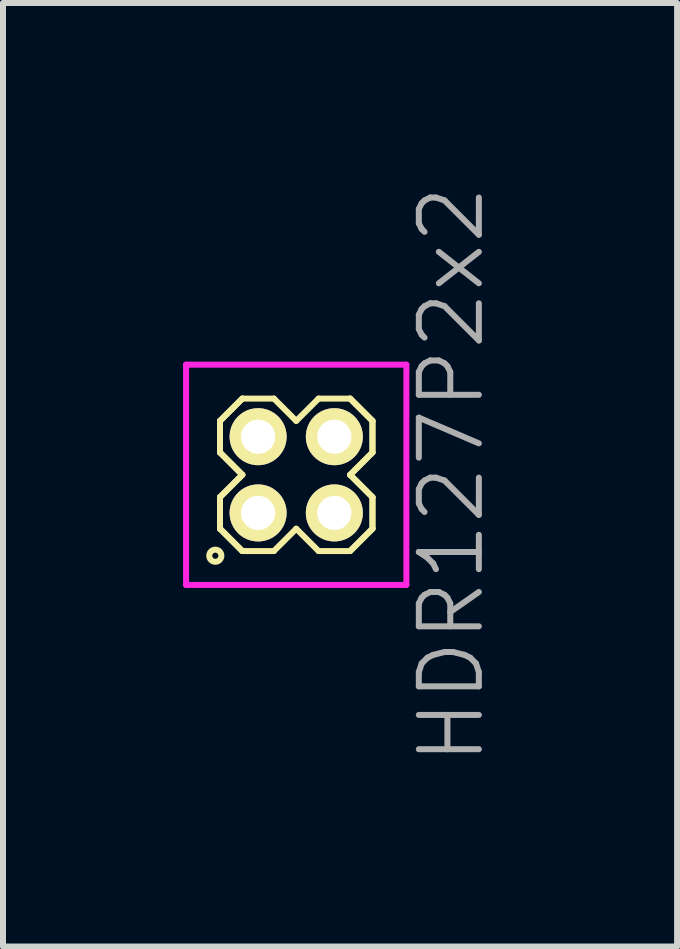
<source format=kicad_pcb>
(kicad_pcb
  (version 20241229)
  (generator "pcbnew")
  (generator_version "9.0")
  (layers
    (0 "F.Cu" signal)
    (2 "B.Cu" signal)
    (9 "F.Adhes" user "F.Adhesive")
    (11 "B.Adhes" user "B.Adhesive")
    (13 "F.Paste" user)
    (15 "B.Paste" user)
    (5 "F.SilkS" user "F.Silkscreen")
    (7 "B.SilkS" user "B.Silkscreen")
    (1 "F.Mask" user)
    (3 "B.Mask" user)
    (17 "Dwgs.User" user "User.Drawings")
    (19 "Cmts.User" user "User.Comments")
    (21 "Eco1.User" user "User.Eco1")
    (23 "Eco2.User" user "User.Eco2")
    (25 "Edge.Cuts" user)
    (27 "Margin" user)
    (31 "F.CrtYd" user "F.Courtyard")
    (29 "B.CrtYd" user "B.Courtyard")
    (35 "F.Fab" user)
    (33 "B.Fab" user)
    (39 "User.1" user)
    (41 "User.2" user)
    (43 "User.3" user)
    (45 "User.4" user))
  (footprint "HDR127P2x2"
    (layer "F.Cu")
    (at 1.885 4.86)
    (property "Reference" "HDR127P2x2" (at 2.585 0 90) (layer "F.Fab") (effects (font (size 1 1) (thickness 0.1))))
    (attr through_hole)
    (fp_line (start -1.27 -0.898) (end -0.898 -1.27) (stroke (width 0.1) (type solid)) (layer "F.SilkS"))
    (fp_line (start -1.27 -0.898) (end -0.898 -1.27) (stroke (width 0.1) (type solid)) (layer "F.SilkS"))
    (fp_line (start -1.27 -0.372) (end -1.27 -0.898) (stroke (width 0.1) (type solid)) (layer "F.SilkS"))
    (fp_line (start -1.27 -0.372) (end -1.27 -0.898) (stroke (width 0.1) (type solid)) (layer "F.SilkS"))
    (fp_line (start -1.27 0.372) (end -0.898 0) (stroke (width 0.1) (type solid)) (layer "F.SilkS"))
    (fp_line (start -1.27 0.372) (end -0.898 0) (stroke (width 0.1) (type solid)) (layer "F.SilkS"))
    (fp_line (start -1.27 0.898) (end -1.27 0.372) (stroke (width 0.1) (type solid)) (layer "F.SilkS"))
    (fp_line (start -1.27 0.898) (end -1.27 0.372) (stroke (width 0.1) (type solid)) (layer "F.SilkS"))
    (fp_line (start -0.898 -1.27) (end -0.372 -1.27) (stroke (width 0.1) (type solid)) (layer "F.SilkS"))
    (fp_line (start -0.898 0) (end -1.27 -0.372) (stroke (width 0.1) (type solid)) (layer "F.SilkS"))
    (fp_line (start -0.898 0) (end -1.27 -0.372) (stroke (width 0.1) (type solid)) (layer "F.SilkS"))
    (fp_line (start -0.898 1.27) (end -1.27 0.898) (stroke (width 0.1) (type solid)) (layer "F.SilkS"))
    (fp_line (start -0.898 1.27) (end -1.27 0.898) (stroke (width 0.1) (type solid)) (layer "F.SilkS"))
    (fp_line (start -0.372 -1.27) (end 0 -0.898) (stroke (width 0.1) (type solid)) (layer "F.SilkS"))
    (fp_line (start -0.372 1.27) (end -0.898 1.27) (stroke (width 0.1) (type solid)) (layer "F.SilkS"))
    (fp_line (start 0 -0.898) (end 0.372 -1.27) (stroke (width 0.1) (type solid)) (layer "F.SilkS"))
    (fp_line (start 0 0.898) (end -0.372 1.27) (stroke (width 0.1) (type solid)) (layer "F.SilkS"))
    (fp_line (start 0.372 -1.27) (end 0.898 -1.27) (stroke (width 0.1) (type solid)) (layer "F.SilkS"))
    (fp_line (start 0.372 1.27) (end 0 0.898) (stroke (width 0.1) (type solid)) (layer "F.SilkS"))
    (fp_line (start 0.898 -1.27) (end 1.27 -0.898) (stroke (width 0.1) (type solid)) (layer "F.SilkS"))
    (fp_line (start 0.898 -1.27) (end 1.27 -0.898) (stroke (width 0.1) (type solid)) (layer "F.SilkS"))
    (fp_line (start 0.898 0) (end 1.27 0.372) (stroke (width 0.1) (type solid)) (layer "F.SilkS"))
    (fp_line (start 0.898 0) (end 1.27 0.372) (stroke (width 0.1) (type solid)) (layer "F.SilkS"))
    (fp_line (start 0.898 1.27) (end 0.372 1.27) (stroke (width 0.1) (type solid)) (layer "F.SilkS"))
    (fp_line (start 1.27 -0.898) (end 1.27 -0.372) (stroke (width 0.1) (type solid)) (layer "F.SilkS"))
    (fp_line (start 1.27 -0.898) (end 1.27 -0.372) (stroke (width 0.1) (type solid)) (layer "F.SilkS"))
    (fp_line (start 1.27 -0.372) (end 0.898 0) (stroke (width 0.1) (type solid)) (layer "F.SilkS"))
    (fp_line (start 1.27 -0.372) (end 0.898 0) (stroke (width 0.1) (type solid)) (layer "F.SilkS"))
    (fp_line (start 1.27 0.372) (end 1.27 0.898) (stroke (width 0.1) (type solid)) (layer "F.SilkS"))
    (fp_line (start 1.27 0.372) (end 1.27 0.898) (stroke (width 0.1) (type solid)) (layer "F.SilkS"))
    (fp_line (start 1.27 0.898) (end 0.898 1.27) (stroke (width 0.1) (type solid)) (layer "F.SilkS"))
    (fp_line (start 1.27 0.898) (end 0.898 1.27) (stroke (width 0.1) (type solid)) (layer "F.SilkS"))
    (fp_circle (center -1.348 1.348) (end -1.247 1.348) (stroke (width 0.1) (type solid)) (fill no) (layer "F.SilkS"))
    (fp_line (start -1.835 -1.835) (end -1.835 1.835) (stroke (width 0.1) (type solid)) (layer "F.CrtYd"))
    (fp_line (start -1.835 1.835) (end 1.835 1.835) (stroke (width 0.1) (type solid)) (layer "F.CrtYd"))
    (fp_line (start 1.835 -1.835) (end -1.835 -1.835) (stroke (width 0.1) (type solid)) (layer "F.CrtYd"))
    (fp_line (start 1.835 1.835) (end 1.835 -1.835) (stroke (width 0.1) (type solid)) (layer "F.CrtYd"))
    (pad "1" thru_hole oval (at -0.635 0.635) (size 0.95 0.95) (drill 0.57) (layers "*.Cu" "*.Mask" "F.SilkS"))
    (pad "2" thru_hole oval (at -0.635 -0.635) (size 0.95 0.95) (drill 0.57) (layers "*.Cu" "*.Mask" "F.SilkS"))
    (pad "3" thru_hole oval (at 0.635 0.635) (size 0.95 0.95) (drill 0.57) (layers "*.Cu" "*.Mask" "F.SilkS"))
    (pad "4" thru_hole oval (at 0.635 -0.635) (size 0.95 0.95) (drill 0.57) (layers "*.Cu" "*.Mask" "F.SilkS")))
  (gr_rect
    (start -3 -3)
    (end 8.23 12.719)
    (stroke (width 0.1) (type default))
    (fill no)
    (layer "Edge.Cuts")))
</source>
